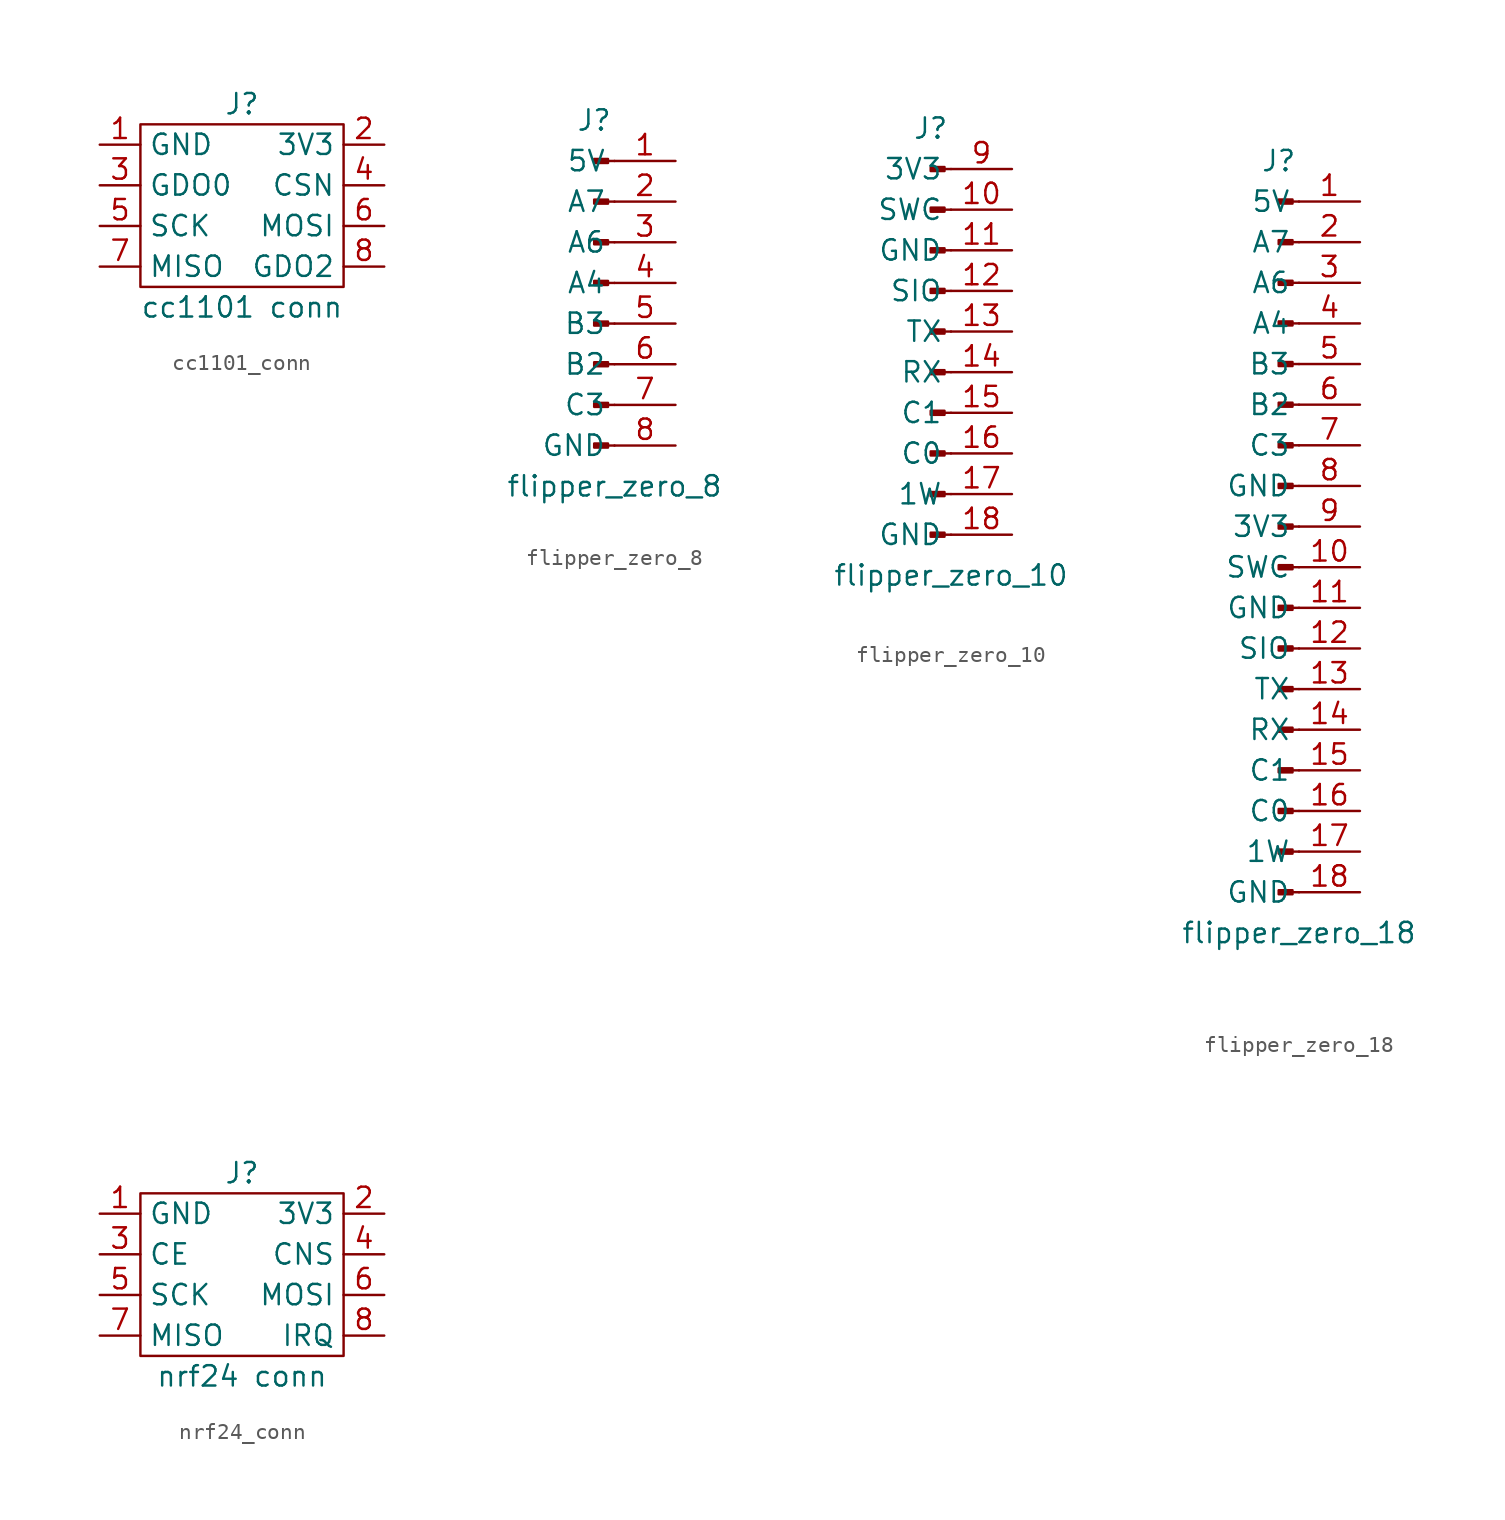
<source format=kicad_sym>
(kicad_symbol_lib
  (version 20220914)
  (generator kicad_symbol_editor)
  (symbol "cc1101_conn"
    (property "Reference" "J"
      (at 0 6.35 0)
      (effects (font (size 1.27 1.27))))
    (property "Value" "cc1101 conn"
      (at 0 -6.35 0)
      (effects (font (size 1.27 1.27))))
    (symbol "cc1101_conn_0_1"
      (rectangle (start 6.35 -5.08) (end -6.35 5.08) (stroke (width 0) (type default)) (fill (type none))))
    (symbol "cc1101_conn_1_1"
      (pin power_in line (at -8.89 3.81 0) (length 2.54) (name "GND" (effects (font (size 1.27 1.27)))) (number "1" (effects (font (size 1.27 1.27)))))
      (pin power_in line (at 8.89 3.81 180) (length 2.54) (name "3V3" (effects (font (size 1.27 1.27)))) (number "2" (effects (font (size 1.27 1.27)))))
      (pin passive line (at -8.89 1.27 0) (length 2.54) (name "GDO0" (effects (font (size 1.27 1.27)))) (number "3" (effects (font (size 1.27 1.27)))))
      (pin passive line (at 8.89 1.27 180) (length 2.54) (name "CSN" (effects (font (size 1.27 1.27)))) (number "4" (effects (font (size 1.27 1.27)))))
      (pin passive line (at -8.89 -1.27 0) (length 2.54) (name "SCK" (effects (font (size 1.27 1.27)))) (number "5" (effects (font (size 1.27 1.27)))))
      (pin passive line (at 8.89 -1.27 180) (length 2.54) (name "MOSI" (effects (font (size 1.27 1.27)))) (number "6" (effects (font (size 1.27 1.27)))))
      (pin passive line (at -8.89 -3.81 0) (length 2.54) (name "MISO" (effects (font (size 1.27 1.27)))) (number "7" (effects (font (size 1.27 1.27)))))
      (pin passive line (at 8.89 -3.81 180) (length 2.54) (name "GDO2" (effects (font (size 1.27 1.27)))) (number "8" (effects (font (size 1.27 1.27)))))))
  (symbol "flipper_zero_8"
    (property "Reference" "J"
      (at 0 2.54 0)
      (effects (font (size 1.27 1.27))))
    (property "Value" "flipper_zero_8"
      (at 1.27 -20.32 0)
      (effects (font (size 1.27 1.27))))
    (symbol "flipper_zero_8_1_1"
      (polyline (pts (xy 1.27 -17.78) (xy 0.864 -17.78)) (stroke (width 0.152) (type default)) (fill (type none)))
      (polyline (pts (xy 1.27 -15.24) (xy 0.864 -15.24)) (stroke (width 0.152) (type default)) (fill (type none)))
      (polyline (pts (xy 1.27 -12.7) (xy 0.864 -12.7)) (stroke (width 0.152) (type default)) (fill (type none)))
      (polyline (pts (xy 1.27 -10.16) (xy 0.864 -10.16)) (stroke (width 0.152) (type default)) (fill (type none)))
      (polyline (pts (xy 1.27 -7.62) (xy 0.864 -7.62)) (stroke (width 0.152) (type default)) (fill (type none)))
      (polyline (pts (xy 1.27 -5.08) (xy 0.864 -5.08)) (stroke (width 0.152) (type default)) (fill (type none)))
      (polyline (pts (xy 1.27 -2.54) (xy 0.864 -2.54)) (stroke (width 0.152) (type default)) (fill (type none)))
      (polyline (pts (xy 1.27 0) (xy 0.864 0)) (stroke (width 0.152) (type default)) (fill (type none)))
      (rectangle (start 0.864 -17.653) (end 0 -17.907) (stroke (width 0.152) (type default)) (fill (type outline)))
      (rectangle (start 0.864 -15.113) (end 0 -15.367) (stroke (width 0.152) (type default)) (fill (type outline)))
      (rectangle (start 0.864 -12.573) (end 0 -12.827) (stroke (width 0.152) (type default)) (fill (type outline)))
      (rectangle (start 0.864 -10.033) (end 0 -10.287) (stroke (width 0.152) (type default)) (fill (type outline)))
      (rectangle (start 0.864 -7.493) (end 0 -7.747) (stroke (width 0.152) (type default)) (fill (type outline)))
      (rectangle (start 0.864 -4.953) (end 0 -5.207) (stroke (width 0.152) (type default)) (fill (type outline)))
      (rectangle (start 0.864 -2.413) (end 0 -2.667) (stroke (width 0.152) (type default)) (fill (type outline)))
      (rectangle (start 0.864 0.127) (end 0 -0.127) (stroke (width 0.152) (type default)) (fill (type outline)))
      (pin power_out line (at 5.08 0 180) (length 3.81) (name "5V" (effects (font (size 1.27 1.27)))) (number "1" (effects (font (size 1.27 1.27)))))
      (pin passive line (at 5.08 -2.54 180) (length 3.81) (name "A7" (effects (font (size 1.27 1.27)))) (number "2" (effects (font (size 1.27 1.27)))))
      (pin passive line (at 5.08 -5.08 180) (length 3.81) (name "A6" (effects (font (size 1.27 1.27)))) (number "3" (effects (font (size 1.27 1.27)))))
      (pin passive line (at 5.08 -7.62 180) (length 3.81) (name "A4" (effects (font (size 1.27 1.27)))) (number "4" (effects (font (size 1.27 1.27)))))
      (pin passive line (at 5.08 -10.16 180) (length 3.81) (name "B3" (effects (font (size 1.27 1.27)))) (number "5" (effects (font (size 1.27 1.27)))))
      (pin passive line (at 5.08 -12.7 180) (length 3.81) (name "B2" (effects (font (size 1.27 1.27)))) (number "6" (effects (font (size 1.27 1.27)))))
      (pin passive line (at 5.08 -15.24 180) (length 3.81) (name "C3" (effects (font (size 1.27 1.27)))) (number "7" (effects (font (size 1.27 1.27)))))
      (pin power_out line (at 5.08 -17.78 180) (length 3.81) (name "GND" (effects (font (size 1.27 1.27)))) (number "8" (effects (font (size 1.27 1.27)))))))
  (symbol "flipper_zero_10"
    (property "Reference" "J"
      (at 0 2.54 0)
      (effects (font (size 1.27 1.27))))
    (property "Value" "flipper_zero_10"
      (at 1.27 -25.4 0)
      (effects (font (size 1.27 1.27))))
    (symbol "flipper_zero_10_1_1"
      (polyline (pts (xy 1.27 -22.86) (xy 0.864 -22.86)) (stroke (width 0.152) (type default)) (fill (type none)))
      (polyline (pts (xy 1.27 -20.32) (xy 0.864 -20.32)) (stroke (width 0.152) (type default)) (fill (type none)))
      (polyline (pts (xy 1.27 -17.78) (xy 0.864 -17.78)) (stroke (width 0.152) (type default)) (fill (type none)))
      (polyline (pts (xy 1.27 -15.24) (xy 0.864 -15.24)) (stroke (width 0.152) (type default)) (fill (type none)))
      (polyline (pts (xy 1.27 -12.7) (xy 0.864 -12.7)) (stroke (width 0.152) (type default)) (fill (type none)))
      (polyline (pts (xy 1.27 -10.16) (xy 0.864 -10.16)) (stroke (width 0.152) (type default)) (fill (type none)))
      (polyline (pts (xy 1.27 -7.62) (xy 0.864 -7.62)) (stroke (width 0.152) (type default)) (fill (type none)))
      (polyline (pts (xy 1.27 -5.08) (xy 0.864 -5.08)) (stroke (width 0.152) (type default)) (fill (type none)))
      (polyline (pts (xy 1.27 -2.54) (xy 0.864 -2.54)) (stroke (width 0.152) (type default)) (fill (type none)))
      (polyline (pts (xy 1.27 0) (xy 0.864 0)) (stroke (width 0.152) (type default)) (fill (type none)))
      (rectangle (start 0.864 -22.733) (end 0 -22.987) (stroke (width 0.152) (type default)) (fill (type outline)))
      (rectangle (start 0.864 -20.193) (end 0 -20.447) (stroke (width 0.152) (type default)) (fill (type outline)))
      (rectangle (start 0.864 -17.653) (end 0 -17.907) (stroke (width 0.152) (type default)) (fill (type outline)))
      (rectangle (start 0.864 -15.113) (end 0 -15.367) (stroke (width 0.152) (type default)) (fill (type outline)))
      (rectangle (start 0.864 -12.573) (end 0 -12.827) (stroke (width 0.152) (type default)) (fill (type outline)))
      (rectangle (start 0.864 -10.033) (end 0 -10.287) (stroke (width 0.152) (type default)) (fill (type outline)))
      (rectangle (start 0.864 -7.493) (end 0 -7.747) (stroke (width 0.152) (type default)) (fill (type outline)))
      (rectangle (start 0.864 -4.953) (end 0 -5.207) (stroke (width 0.152) (type default)) (fill (type outline)))
      (rectangle (start 0.864 -2.413) (end 0 -2.667) (stroke (width 0.152) (type default)) (fill (type outline)))
      (rectangle (start 0.864 0.127) (end 0 -0.127) (stroke (width 0.152) (type default)) (fill (type outline)))
      (pin passive line (at 5.08 -2.54 180) (length 3.81) (name "SWC" (effects (font (size 1.27 1.27)))) (number "10" (effects (font (size 1.27 1.27)))))
      (pin power_out line (at 5.08 -5.08 180) (length 3.81) (name "GND" (effects (font (size 1.27 1.27)))) (number "11" (effects (font (size 1.27 1.27)))))
      (pin passive line (at 5.08 -7.62 180) (length 3.81) (name "SIO" (effects (font (size 1.27 1.27)))) (number "12" (effects (font (size 1.27 1.27)))))
      (pin passive line (at 5.08 -10.16 180) (length 3.81) (name "TX" (effects (font (size 1.27 1.27)))) (number "13" (effects (font (size 1.27 1.27)))))
      (pin passive line (at 5.08 -12.7 180) (length 3.81) (name "RX" (effects (font (size 1.27 1.27)))) (number "14" (effects (font (size 1.27 1.27)))))
      (pin passive line (at 5.08 -15.24 180) (length 3.81) (name "C1" (effects (font (size 1.27 1.27)))) (number "15" (effects (font (size 1.27 1.27)))))
      (pin passive line (at 5.08 -17.78 180) (length 3.81) (name "C0" (effects (font (size 1.27 1.27)))) (number "16" (effects (font (size 1.27 1.27)))))
      (pin passive line (at 5.08 -20.32 180) (length 3.81) (name "1W" (effects (font (size 1.27 1.27)))) (number "17" (effects (font (size 1.27 1.27)))))
      (pin power_out line (at 5.08 -22.86 180) (length 3.81) (name "GND" (effects (font (size 1.27 1.27)))) (number "18" (effects (font (size 1.27 1.27)))))
      (pin power_out line (at 5.08 0 180) (length 3.81) (name "3V3" (effects (font (size 1.27 1.27)))) (number "9" (effects (font (size 1.27 1.27)))))))
  (symbol "flipper_zero_18"
    (property "Reference" "J"
      (at 0 2.54 0)
      (effects (font (size 1.27 1.27))))
    (property "Value" "flipper_zero_18"
      (at 1.27 -45.72 0)
      (effects (font (size 1.27 1.27))))
    (symbol "flipper_zero_18_1_1"
      (polyline (pts (xy 1.27 -43.18) (xy 0.864 -43.18)) (stroke (width 0.152) (type default)) (fill (type none)))
      (polyline (pts (xy 1.27 -40.64) (xy 0.864 -40.64)) (stroke (width 0.152) (type default)) (fill (type none)))
      (polyline (pts (xy 1.27 -38.1) (xy 0.864 -38.1)) (stroke (width 0.152) (type default)) (fill (type none)))
      (polyline (pts (xy 1.27 -35.56) (xy 0.864 -35.56)) (stroke (width 0.152) (type default)) (fill (type none)))
      (polyline (pts (xy 1.27 -33.02) (xy 0.864 -33.02)) (stroke (width 0.152) (type default)) (fill (type none)))
      (polyline (pts (xy 1.27 -30.48) (xy 0.864 -30.48)) (stroke (width 0.152) (type default)) (fill (type none)))
      (polyline (pts (xy 1.27 -27.94) (xy 0.864 -27.94)) (stroke (width 0.152) (type default)) (fill (type none)))
      (polyline (pts (xy 1.27 -25.4) (xy 0.864 -25.4)) (stroke (width 0.152) (type default)) (fill (type none)))
      (polyline (pts (xy 1.27 -22.86) (xy 0.864 -22.86)) (stroke (width 0.152) (type default)) (fill (type none)))
      (polyline (pts (xy 1.27 -20.32) (xy 0.864 -20.32)) (stroke (width 0.152) (type default)) (fill (type none)))
      (polyline (pts (xy 1.27 -17.78) (xy 0.864 -17.78)) (stroke (width 0.152) (type default)) (fill (type none)))
      (polyline (pts (xy 1.27 -15.24) (xy 0.864 -15.24)) (stroke (width 0.152) (type default)) (fill (type none)))
      (polyline (pts (xy 1.27 -12.7) (xy 0.864 -12.7)) (stroke (width 0.152) (type default)) (fill (type none)))
      (polyline (pts (xy 1.27 -10.16) (xy 0.864 -10.16)) (stroke (width 0.152) (type default)) (fill (type none)))
      (polyline (pts (xy 1.27 -7.62) (xy 0.864 -7.62)) (stroke (width 0.152) (type default)) (fill (type none)))
      (polyline (pts (xy 1.27 -5.08) (xy 0.864 -5.08)) (stroke (width 0.152) (type default)) (fill (type none)))
      (polyline (pts (xy 1.27 -2.54) (xy 0.864 -2.54)) (stroke (width 0.152) (type default)) (fill (type none)))
      (polyline (pts (xy 1.27 0) (xy 0.864 0)) (stroke (width 0.152) (type default)) (fill (type none)))
      (rectangle (start 0.864 -43.053) (end 0 -43.307) (stroke (width 0.152) (type default)) (fill (type outline)))
      (rectangle (start 0.864 -40.513) (end 0 -40.767) (stroke (width 0.152) (type default)) (fill (type outline)))
      (rectangle (start 0.864 -37.973) (end 0 -38.227) (stroke (width 0.152) (type default)) (fill (type outline)))
      (rectangle (start 0.864 -35.433) (end 0 -35.687) (stroke (width 0.152) (type default)) (fill (type outline)))
      (rectangle (start 0.864 -32.893) (end 0 -33.147) (stroke (width 0.152) (type default)) (fill (type outline)))
      (rectangle (start 0.864 -30.353) (end 0 -30.607) (stroke (width 0.152) (type default)) (fill (type outline)))
      (rectangle (start 0.864 -27.813) (end 0 -28.067) (stroke (width 0.152) (type default)) (fill (type outline)))
      (rectangle (start 0.864 -25.273) (end 0 -25.527) (stroke (width 0.152) (type default)) (fill (type outline)))
      (rectangle (start 0.864 -22.733) (end 0 -22.987) (stroke (width 0.152) (type default)) (fill (type outline)))
      (rectangle (start 0.864 -20.193) (end 0 -20.447) (stroke (width 0.152) (type default)) (fill (type outline)))
      (rectangle (start 0.864 -17.653) (end 0 -17.907) (stroke (width 0.152) (type default)) (fill (type outline)))
      (rectangle (start 0.864 -15.113) (end 0 -15.367) (stroke (width 0.152) (type default)) (fill (type outline)))
      (rectangle (start 0.864 -12.573) (end 0 -12.827) (stroke (width 0.152) (type default)) (fill (type outline)))
      (rectangle (start 0.864 -10.033) (end 0 -10.287) (stroke (width 0.152) (type default)) (fill (type outline)))
      (rectangle (start 0.864 -7.493) (end 0 -7.747) (stroke (width 0.152) (type default)) (fill (type outline)))
      (rectangle (start 0.864 -4.953) (end 0 -5.207) (stroke (width 0.152) (type default)) (fill (type outline)))
      (rectangle (start 0.864 -2.413) (end 0 -2.667) (stroke (width 0.152) (type default)) (fill (type outline)))
      (rectangle (start 0.864 0.127) (end 0 -0.127) (stroke (width 0.152) (type default)) (fill (type outline)))
      (pin power_out line (at 5.08 0 180) (length 3.81) (name "5V" (effects (font (size 1.27 1.27)))) (number "1" (effects (font (size 1.27 1.27)))))
      (pin passive line (at 5.08 -22.86 180) (length 3.81) (name "SWC" (effects (font (size 1.27 1.27)))) (number "10" (effects (font (size 1.27 1.27)))))
      (pin power_out line (at 5.08 -25.4 180) (length 3.81) (name "GND" (effects (font (size 1.27 1.27)))) (number "11" (effects (font (size 1.27 1.27)))))
      (pin passive line (at 5.08 -27.94 180) (length 3.81) (name "SIO" (effects (font (size 1.27 1.27)))) (number "12" (effects (font (size 1.27 1.27)))))
      (pin passive line (at 5.08 -30.48 180) (length 3.81) (name "TX" (effects (font (size 1.27 1.27)))) (number "13" (effects (font (size 1.27 1.27)))))
      (pin passive line (at 5.08 -33.02 180) (length 3.81) (name "RX" (effects (font (size 1.27 1.27)))) (number "14" (effects (font (size 1.27 1.27)))))
      (pin passive line (at 5.08 -35.56 180) (length 3.81) (name "C1" (effects (font (size 1.27 1.27)))) (number "15" (effects (font (size 1.27 1.27)))))
      (pin passive line (at 5.08 -38.1 180) (length 3.81) (name "C0" (effects (font (size 1.27 1.27)))) (number "16" (effects (font (size 1.27 1.27)))))
      (pin passive line (at 5.08 -40.64 180) (length 3.81) (name "1W" (effects (font (size 1.27 1.27)))) (number "17" (effects (font (size 1.27 1.27)))))
      (pin power_out line (at 5.08 -43.18 180) (length 3.81) (name "GND" (effects (font (size 1.27 1.27)))) (number "18" (effects (font (size 1.27 1.27)))))
      (pin passive line (at 5.08 -2.54 180) (length 3.81) (name "A7" (effects (font (size 1.27 1.27)))) (number "2" (effects (font (size 1.27 1.27)))))
      (pin passive line (at 5.08 -5.08 180) (length 3.81) (name "A6" (effects (font (size 1.27 1.27)))) (number "3" (effects (font (size 1.27 1.27)))))
      (pin passive line (at 5.08 -7.62 180) (length 3.81) (name "A4" (effects (font (size 1.27 1.27)))) (number "4" (effects (font (size 1.27 1.27)))))
      (pin passive line (at 5.08 -10.16 180) (length 3.81) (name "B3" (effects (font (size 1.27 1.27)))) (number "5" (effects (font (size 1.27 1.27)))))
      (pin passive line (at 5.08 -12.7 180) (length 3.81) (name "B2" (effects (font (size 1.27 1.27)))) (number "6" (effects (font (size 1.27 1.27)))))
      (pin passive line (at 5.08 -15.24 180) (length 3.81) (name "C3" (effects (font (size 1.27 1.27)))) (number "7" (effects (font (size 1.27 1.27)))))
      (pin power_out line (at 5.08 -17.78 180) (length 3.81) (name "GND" (effects (font (size 1.27 1.27)))) (number "8" (effects (font (size 1.27 1.27)))))
      (pin power_out line (at 5.08 -20.32 180) (length 3.81) (name "3V3" (effects (font (size 1.27 1.27)))) (number "9" (effects (font (size 1.27 1.27)))))))
  (symbol "nrf24_conn"
    (property "Reference" "J"
      (at 0 6.35 0)
      (effects (font (size 1.27 1.27))))
    (property "Value" "nrf24 conn"
      (at 0 -6.35 0)
      (effects (font (size 1.27 1.27))))
    (symbol "nrf24_conn_0_1"
      (rectangle (start 6.35 -5.08) (end -6.35 5.08) (stroke (width 0) (type default)) (fill (type none))))
    (symbol "nrf24_conn_1_1"
      (pin power_in line (at -8.89 3.81 0) (length 2.54) (name "GND" (effects (font (size 1.27 1.27)))) (number "1" (effects (font (size 1.27 1.27)))))
      (pin power_in line (at 8.89 3.81 180) (length 2.54) (name "3V3" (effects (font (size 1.27 1.27)))) (number "2" (effects (font (size 1.27 1.27)))))
      (pin passive line (at -8.89 1.27 0) (length 2.54) (name "CE" (effects (font (size 1.27 1.27)))) (number "3" (effects (font (size 1.27 1.27)))))
      (pin passive line (at 8.89 1.27 180) (length 2.54) (name "CNS" (effects (font (size 1.27 1.27)))) (number "4" (effects (font (size 1.27 1.27)))))
      (pin passive line (at -8.89 -1.27 0) (length 2.54) (name "SCK" (effects (font (size 1.27 1.27)))) (number "5" (effects (font (size 1.27 1.27)))))
      (pin passive line (at 8.89 -1.27 180) (length 2.54) (name "MOSI" (effects (font (size 1.27 1.27)))) (number "6" (effects (font (size 1.27 1.27)))))
      (pin passive line (at -8.89 -3.81 0) (length 2.54) (name "MISO" (effects (font (size 1.27 1.27)))) (number "7" (effects (font (size 1.27 1.27)))))
      (pin passive line (at 8.89 -3.81 180) (length 2.54) (name "IRQ" (effects (font (size 1.27 1.27)))) (number "8" (effects (font (size 1.27 1.27))))))))
</source>
